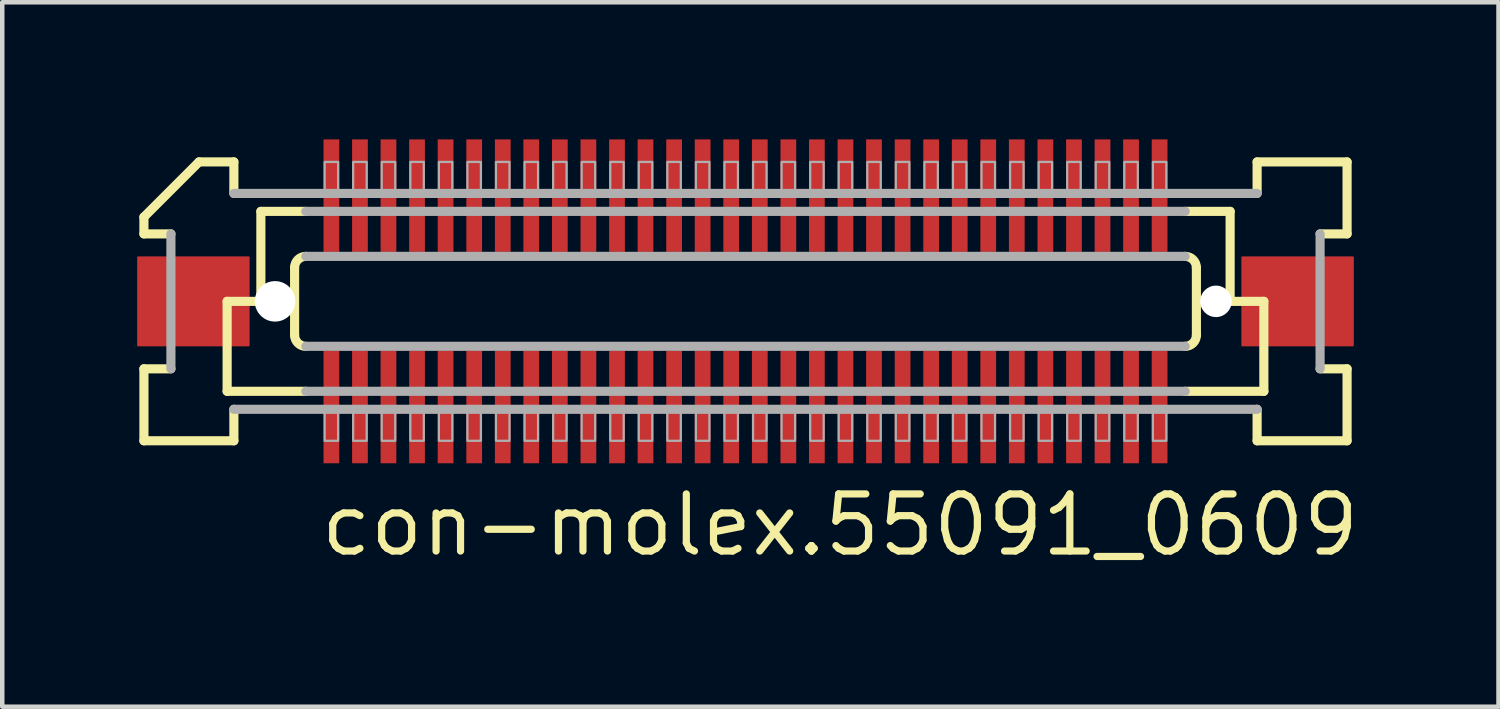
<source format=kicad_pcb>
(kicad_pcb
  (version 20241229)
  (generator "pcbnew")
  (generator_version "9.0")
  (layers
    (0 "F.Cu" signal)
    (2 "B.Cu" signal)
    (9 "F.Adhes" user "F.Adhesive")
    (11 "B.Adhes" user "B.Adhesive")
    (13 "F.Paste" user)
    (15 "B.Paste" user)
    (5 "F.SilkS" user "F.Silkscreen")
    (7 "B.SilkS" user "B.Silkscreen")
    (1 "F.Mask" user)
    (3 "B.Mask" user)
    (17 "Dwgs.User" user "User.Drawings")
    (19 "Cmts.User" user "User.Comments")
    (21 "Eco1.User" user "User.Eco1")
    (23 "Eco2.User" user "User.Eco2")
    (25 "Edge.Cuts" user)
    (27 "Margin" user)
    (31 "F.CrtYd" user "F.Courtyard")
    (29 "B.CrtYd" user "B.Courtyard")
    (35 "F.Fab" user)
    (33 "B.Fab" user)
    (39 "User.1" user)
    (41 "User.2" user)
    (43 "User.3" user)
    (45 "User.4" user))
  (footprint "con-molex.55091_0609"
    (layer "F.Cu")
    (at 13.525 3.65)
    (property "Reference" "con-molex.55091_0609" (at -9.525 5.715 0) (layer "F.SilkS") (effects (font (size 1.27 1.27) (thickness 0.16)) (justify left bottom)))
    (attr smd)
    (fp_rect (start -9.408 -1.075) (end -9.008 -3.625) (stroke (width 0.05) (type default)) (fill yes) (layer "F.Mask"))
    (fp_rect (start -9.408 3.625) (end -9.008 1.075) (stroke (width 0.05) (type default)) (fill yes) (layer "F.Mask"))
    (fp_rect (start -8.773 -1.075) (end -8.373 -3.625) (stroke (width 0.05) (type default)) (fill yes) (layer "F.Mask"))
    (fp_rect (start -8.773 3.625) (end -8.373 1.075) (stroke (width 0.05) (type default)) (fill yes) (layer "F.Mask"))
    (fp_rect (start -8.137 -1.075) (end -7.737 -3.625) (stroke (width 0.05) (type default)) (fill yes) (layer "F.Mask"))
    (fp_rect (start -8.137 3.625) (end -7.737 1.075) (stroke (width 0.05) (type default)) (fill yes) (layer "F.Mask"))
    (fp_rect (start -7.503 -1.075) (end -7.103 -3.625) (stroke (width 0.05) (type default)) (fill yes) (layer "F.Mask"))
    (fp_rect (start -7.503 3.625) (end -7.103 1.075) (stroke (width 0.05) (type default)) (fill yes) (layer "F.Mask"))
    (fp_rect (start -6.867 -1.075) (end -6.468 -3.625) (stroke (width 0.05) (type default)) (fill yes) (layer "F.Mask"))
    (fp_rect (start -6.867 3.625) (end -6.468 1.075) (stroke (width 0.05) (type default)) (fill yes) (layer "F.Mask"))
    (fp_rect (start -6.232 -1.075) (end -5.832 -3.625) (stroke (width 0.05) (type default)) (fill yes) (layer "F.Mask"))
    (fp_rect (start -6.232 3.625) (end -5.832 1.075) (stroke (width 0.05) (type default)) (fill yes) (layer "F.Mask"))
    (fp_rect (start -5.598 -1.075) (end -5.197 -3.625) (stroke (width 0.05) (type default)) (fill yes) (layer "F.Mask"))
    (fp_rect (start -5.598 3.625) (end -5.197 1.075) (stroke (width 0.05) (type default)) (fill yes) (layer "F.Mask"))
    (fp_rect (start -4.963 -1.075) (end -4.562 -3.625) (stroke (width 0.05) (type default)) (fill yes) (layer "F.Mask"))
    (fp_rect (start -4.963 3.625) (end -4.562 1.075) (stroke (width 0.05) (type default)) (fill yes) (layer "F.Mask"))
    (fp_rect (start -4.327 -1.075) (end -3.928 -3.625) (stroke (width 0.05) (type default)) (fill yes) (layer "F.Mask"))
    (fp_rect (start -4.327 3.625) (end -3.928 1.075) (stroke (width 0.05) (type default)) (fill yes) (layer "F.Mask"))
    (fp_rect (start -3.692 -1.075) (end -3.292 -3.625) (stroke (width 0.05) (type default)) (fill yes) (layer "F.Mask"))
    (fp_rect (start -3.692 3.625) (end -3.292 1.075) (stroke (width 0.05) (type default)) (fill yes) (layer "F.Mask"))
    (fp_rect (start -3.058 -1.075) (end -2.658 -3.625) (stroke (width 0.05) (type default)) (fill yes) (layer "F.Mask"))
    (fp_rect (start -3.058 3.625) (end -2.658 1.075) (stroke (width 0.05) (type default)) (fill yes) (layer "F.Mask"))
    (fp_rect (start -2.422 -1.075) (end -2.022 -3.625) (stroke (width 0.05) (type default)) (fill yes) (layer "F.Mask"))
    (fp_rect (start -2.422 3.625) (end -2.022 1.075) (stroke (width 0.05) (type default)) (fill yes) (layer "F.Mask"))
    (fp_rect (start -1.788 -1.075) (end -1.387 -3.625) (stroke (width 0.05) (type default)) (fill yes) (layer "F.Mask"))
    (fp_rect (start -1.788 3.625) (end -1.387 1.075) (stroke (width 0.05) (type default)) (fill yes) (layer "F.Mask"))
    (fp_rect (start -1.153 -1.075) (end -0.752 -3.625) (stroke (width 0.05) (type default)) (fill yes) (layer "F.Mask"))
    (fp_rect (start -1.153 3.625) (end -0.752 1.075) (stroke (width 0.05) (type default)) (fill yes) (layer "F.Mask"))
    (fp_rect (start -0.517 -1.075) (end -0.117 -3.625) (stroke (width 0.05) (type default)) (fill yes) (layer "F.Mask"))
    (fp_rect (start -0.517 3.625) (end -0.117 1.075) (stroke (width 0.05) (type default)) (fill yes) (layer "F.Mask"))
    (fp_rect (start 0.117 -1.075) (end 0.517 -3.625) (stroke (width 0.05) (type default)) (fill yes) (layer "F.Mask"))
    (fp_rect (start 0.117 3.625) (end 0.517 1.075) (stroke (width 0.05) (type default)) (fill yes) (layer "F.Mask"))
    (fp_rect (start 0.752 -1.075) (end 1.153 -3.625) (stroke (width 0.05) (type default)) (fill yes) (layer "F.Mask"))
    (fp_rect (start 0.752 3.625) (end 1.153 1.075) (stroke (width 0.05) (type default)) (fill yes) (layer "F.Mask"))
    (fp_rect (start 1.387 -1.075) (end 1.788 -3.625) (stroke (width 0.05) (type default)) (fill yes) (layer "F.Mask"))
    (fp_rect (start 1.387 3.625) (end 1.788 1.075) (stroke (width 0.05) (type default)) (fill yes) (layer "F.Mask"))
    (fp_rect (start 2.022 -1.075) (end 2.422 -3.625) (stroke (width 0.05) (type default)) (fill yes) (layer "F.Mask"))
    (fp_rect (start 2.022 3.625) (end 2.422 1.075) (stroke (width 0.05) (type default)) (fill yes) (layer "F.Mask"))
    (fp_rect (start 2.658 -1.075) (end 3.058 -3.625) (stroke (width 0.05) (type default)) (fill yes) (layer "F.Mask"))
    (fp_rect (start 2.658 3.625) (end 3.058 1.075) (stroke (width 0.05) (type default)) (fill yes) (layer "F.Mask"))
    (fp_rect (start 3.292 -1.075) (end 3.692 -3.625) (stroke (width 0.05) (type default)) (fill yes) (layer "F.Mask"))
    (fp_rect (start 3.292 3.625) (end 3.692 1.075) (stroke (width 0.05) (type default)) (fill yes) (layer "F.Mask"))
    (fp_rect (start 3.928 -1.075) (end 4.327 -3.625) (stroke (width 0.05) (type default)) (fill yes) (layer "F.Mask"))
    (fp_rect (start 3.928 3.625) (end 4.327 1.075) (stroke (width 0.05) (type default)) (fill yes) (layer "F.Mask"))
    (fp_rect (start 4.562 -1.075) (end 4.963 -3.625) (stroke (width 0.05) (type default)) (fill yes) (layer "F.Mask"))
    (fp_rect (start 4.562 3.625) (end 4.963 1.075) (stroke (width 0.05) (type default)) (fill yes) (layer "F.Mask"))
    (fp_rect (start 5.197 -1.075) (end 5.598 -3.625) (stroke (width 0.05) (type default)) (fill yes) (layer "F.Mask"))
    (fp_rect (start 5.197 3.625) (end 5.598 1.075) (stroke (width 0.05) (type default)) (fill yes) (layer "F.Mask"))
    (fp_rect (start 5.832 -1.075) (end 6.232 -3.625) (stroke (width 0.05) (type default)) (fill yes) (layer "F.Mask"))
    (fp_rect (start 5.832 3.625) (end 6.232 1.075) (stroke (width 0.05) (type default)) (fill yes) (layer "F.Mask"))
    (fp_rect (start 6.468 -1.075) (end 6.867 -3.625) (stroke (width 0.05) (type default)) (fill yes) (layer "F.Mask"))
    (fp_rect (start 6.468 3.625) (end 6.867 1.075) (stroke (width 0.05) (type default)) (fill yes) (layer "F.Mask"))
    (fp_rect (start 7.103 -1.075) (end 7.503 -3.625) (stroke (width 0.05) (type default)) (fill yes) (layer "F.Mask"))
    (fp_rect (start 7.103 3.625) (end 7.503 1.075) (stroke (width 0.05) (type default)) (fill yes) (layer "F.Mask"))
    (fp_rect (start 7.737 -1.075) (end 8.137 -3.625) (stroke (width 0.05) (type default)) (fill yes) (layer "F.Mask"))
    (fp_rect (start 7.737 3.625) (end 8.137 1.075) (stroke (width 0.05) (type default)) (fill yes) (layer "F.Mask"))
    (fp_rect (start 8.373 -1.075) (end 8.773 -3.625) (stroke (width 0.05) (type default)) (fill yes) (layer "F.Mask"))
    (fp_rect (start 8.373 3.625) (end 8.773 1.075) (stroke (width 0.05) (type default)) (fill yes) (layer "F.Mask"))
    (fp_rect (start 9.008 -1.075) (end 9.408 -3.625) (stroke (width 0.05) (type default)) (fill yes) (layer "F.Mask"))
    (fp_rect (start 9.008 3.625) (end 9.408 1.075) (stroke (width 0.05) (type default)) (fill yes) (layer "F.Mask"))
    (fp_line (start -13.375 -1.5) (end -13.375 -1.875) (stroke (width 0.203) (type default)) (layer "F.SilkS"))
    (fp_line (start -13.375 1.5) (end -12.775 1.5) (stroke (width 0.203) (type default)) (layer "F.SilkS"))
    (fp_line (start -13.375 3.1) (end -13.375 1.5) (stroke (width 0.203) (type default)) (layer "F.SilkS"))
    (fp_line (start -12.775 -1.5) (end -13.375 -1.5) (stroke (width 0.203) (type default)) (layer "F.SilkS"))
    (fp_line (start -12.15 -3.1) (end -13.375 -1.875) (stroke (width 0.203) (type default)) (layer "F.SilkS"))
    (fp_line (start -12.15 -3.1) (end -11.375 -3.1) (stroke (width 0.203) (type default)) (layer "F.SilkS"))
    (fp_line (start -11.525 0) (end -11.525 2) (stroke (width 0.203) (type default)) (layer "F.SilkS"))
    (fp_line (start -11.525 2) (end -9.775 2) (stroke (width 0.203) (type default)) (layer "F.SilkS"))
    (fp_line (start -11.375 -3.1) (end -11.375 -2.4) (stroke (width 0.203) (type default)) (layer "F.SilkS"))
    (fp_line (start -11.375 2.4) (end -11.375 3.1) (stroke (width 0.203) (type default)) (layer "F.SilkS"))
    (fp_line (start -11.375 3.1) (end -13.375 3.1) (stroke (width 0.203) (type default)) (layer "F.SilkS"))
    (fp_line (start -10.775 -2) (end -10.775 0) (stroke (width 0.203) (type default)) (layer "F.SilkS"))
    (fp_line (start -10.775 0) (end -11.525 0) (stroke (width 0.203) (type default)) (layer "F.SilkS"))
    (fp_line (start -10.025 0.75) (end -10.025 -0.75) (stroke (width 0.203) (type default)) (layer "F.SilkS"))
    (fp_line (start -9.775 -2) (end -10.775 -2) (stroke (width 0.203) (type default)) (layer "F.SilkS"))
    (fp_line (start 9.775 2) (end 11.525 2) (stroke (width 0.203) (type default)) (layer "F.SilkS"))
    (fp_line (start 10.025 -0.75) (end 10.025 0.75) (stroke (width 0.203) (type default)) (layer "F.SilkS"))
    (fp_line (start 10.775 -2) (end 9.775 -2) (stroke (width 0.203) (type default)) (layer "F.SilkS"))
    (fp_line (start 10.775 -2) (end 10.775 0) (stroke (width 0.203) (type default)) (layer "F.SilkS"))
    (fp_line (start 11.375 -3.1) (end 13.375 -3.1) (stroke (width 0.203) (type default)) (layer "F.SilkS"))
    (fp_line (start 11.375 -2.4) (end 11.375 -3.1) (stroke (width 0.203) (type default)) (layer "F.SilkS"))
    (fp_line (start 11.375 3.1) (end 11.375 2.4) (stroke (width 0.203) (type default)) (layer "F.SilkS"))
    (fp_line (start 11.525 0) (end 10.775 0) (stroke (width 0.203) (type default)) (layer "F.SilkS"))
    (fp_line (start 11.525 0) (end 11.525 2) (stroke (width 0.203) (type default)) (layer "F.SilkS"))
    (fp_line (start 12.775 1.5) (end 13.375 1.5) (stroke (width 0.203) (type default)) (layer "F.SilkS"))
    (fp_line (start 13.375 -3.1) (end 13.375 -1.5) (stroke (width 0.203) (type default)) (layer "F.SilkS"))
    (fp_line (start 13.375 -1.5) (end 12.775 -1.5) (stroke (width 0.203) (type default)) (layer "F.SilkS"))
    (fp_line (start 13.375 1.5) (end 13.375 3.1) (stroke (width 0.203) (type default)) (layer "F.SilkS"))
    (fp_line (start 13.375 3.1) (end 11.375 3.1) (stroke (width 0.203) (type default)) (layer "F.SilkS"))
    (fp_arc (start -10.025 -0.75) (mid -9.951777 -0.926777) (end -9.775 -1) (stroke (width 0.2032) (type default)) (layer "F.SilkS"))
    (fp_arc (start -9.775 1) (mid -9.951777 0.926777) (end -10.025 0.75) (stroke (width 0.2032) (type default)) (layer "F.SilkS"))
    (fp_arc (start 9.775 -1) (mid 9.951777 -0.926777) (end 10.025 -0.75) (stroke (width 0.2032) (type default)) (layer "F.SilkS"))
    (fp_arc (start 10.025 0.75) (mid 9.951777 0.926777) (end 9.775 1) (stroke (width 0.2032) (type default)) (layer "F.SilkS"))
    (fp_line (start -12.775 1.5) (end -12.775 -1.5) (stroke (width 0.203) (type default)) (layer "F.Fab"))
    (fp_line (start -11.375 -2.4) (end 11.375 -2.4) (stroke (width 0.203) (type default)) (layer "F.Fab"))
    (fp_line (start -9.775 -1) (end 9.775 -1) (stroke (width 0.203) (type default)) (layer "F.Fab"))
    (fp_line (start -9.775 2) (end 9.775 2) (stroke (width 0.203) (type default)) (layer "F.Fab"))
    (fp_line (start 9.775 -2) (end -9.775 -2) (stroke (width 0.203) (type default)) (layer "F.Fab"))
    (fp_line (start 9.775 1) (end -9.775 1) (stroke (width 0.203) (type default)) (layer "F.Fab"))
    (fp_line (start 11.375 2.4) (end -11.375 2.4) (stroke (width 0.203) (type default)) (layer "F.Fab"))
    (fp_line (start 12.775 -1.5) (end 12.775 1.5) (stroke (width 0.203) (type default)) (layer "F.Fab"))
    (fp_rect (start -9.357 -2.375) (end -9.057 -3.1) (stroke (width 0.05) (type default)) (fill no) (layer "F.Fab"))
    (fp_rect (start -9.357 3.1) (end -9.057 2.375) (stroke (width 0.05) (type default)) (fill no) (layer "F.Fab"))
    (fp_rect (start -8.723 -2.375) (end -8.422 -3.1) (stroke (width 0.05) (type default)) (fill no) (layer "F.Fab"))
    (fp_rect (start -8.723 3.1) (end -8.422 2.375) (stroke (width 0.05) (type default)) (fill no) (layer "F.Fab"))
    (fp_rect (start -8.088 -2.375) (end -7.787 -3.1) (stroke (width 0.05) (type default)) (fill no) (layer "F.Fab"))
    (fp_rect (start -8.088 3.1) (end -7.787 2.375) (stroke (width 0.05) (type default)) (fill no) (layer "F.Fab"))
    (fp_rect (start -7.452 -2.375) (end -7.152 -3.1) (stroke (width 0.05) (type default)) (fill no) (layer "F.Fab"))
    (fp_rect (start -7.452 3.1) (end -7.152 2.375) (stroke (width 0.05) (type default)) (fill no) (layer "F.Fab"))
    (fp_rect (start -6.817 -2.375) (end -6.518 -3.1) (stroke (width 0.05) (type default)) (fill no) (layer "F.Fab"))
    (fp_rect (start -6.817 3.1) (end -6.518 2.375) (stroke (width 0.05) (type default)) (fill no) (layer "F.Fab"))
    (fp_rect (start -6.183 -2.375) (end -5.883 -3.1) (stroke (width 0.05) (type default)) (fill no) (layer "F.Fab"))
    (fp_rect (start -6.183 3.1) (end -5.883 2.375) (stroke (width 0.05) (type default)) (fill no) (layer "F.Fab"))
    (fp_rect (start -5.548 -2.375) (end -5.247 -3.1) (stroke (width 0.05) (type default)) (fill no) (layer "F.Fab"))
    (fp_rect (start -5.548 3.1) (end -5.247 2.375) (stroke (width 0.05) (type default)) (fill no) (layer "F.Fab"))
    (fp_rect (start -4.912 -2.375) (end -4.612 -3.1) (stroke (width 0.05) (type default)) (fill no) (layer "F.Fab"))
    (fp_rect (start -4.912 3.1) (end -4.612 2.375) (stroke (width 0.05) (type default)) (fill no) (layer "F.Fab"))
    (fp_rect (start -4.277 -2.375) (end -3.978 -3.1) (stroke (width 0.05) (type default)) (fill no) (layer "F.Fab"))
    (fp_rect (start -4.277 3.1) (end -3.978 2.375) (stroke (width 0.05) (type default)) (fill no) (layer "F.Fab"))
    (fp_rect (start -3.643 -2.375) (end -3.342 -3.1) (stroke (width 0.05) (type default)) (fill no) (layer "F.Fab"))
    (fp_rect (start -3.643 3.1) (end -3.342 2.375) (stroke (width 0.05) (type default)) (fill no) (layer "F.Fab"))
    (fp_rect (start -3.007 -2.375) (end -2.708 -3.1) (stroke (width 0.05) (type default)) (fill no) (layer "F.Fab"))
    (fp_rect (start -3.007 3.1) (end -2.708 2.375) (stroke (width 0.05) (type default)) (fill no) (layer "F.Fab"))
    (fp_rect (start -2.373 -2.375) (end -2.072 -3.1) (stroke (width 0.05) (type default)) (fill no) (layer "F.Fab"))
    (fp_rect (start -2.373 3.1) (end -2.072 2.375) (stroke (width 0.05) (type default)) (fill no) (layer "F.Fab"))
    (fp_rect (start -1.738 -2.375) (end -1.438 -3.1) (stroke (width 0.05) (type default)) (fill no) (layer "F.Fab"))
    (fp_rect (start -1.738 3.1) (end -1.438 2.375) (stroke (width 0.05) (type default)) (fill no) (layer "F.Fab"))
    (fp_rect (start -1.103 -2.375) (end -0.802 -3.1) (stroke (width 0.05) (type default)) (fill no) (layer "F.Fab"))
    (fp_rect (start -1.103 3.1) (end -0.802 2.375) (stroke (width 0.05) (type default)) (fill no) (layer "F.Fab"))
    (fp_rect (start -0.468 -2.375) (end -0.168 -3.1) (stroke (width 0.05) (type default)) (fill no) (layer "F.Fab"))
    (fp_rect (start -0.468 3.1) (end -0.168 2.375) (stroke (width 0.05) (type default)) (fill no) (layer "F.Fab"))
    (fp_rect (start 0.168 -2.375) (end 0.468 -3.1) (stroke (width 0.05) (type default)) (fill no) (layer "F.Fab"))
    (fp_rect (start 0.168 3.1) (end 0.468 2.375) (stroke (width 0.05) (type default)) (fill no) (layer "F.Fab"))
    (fp_rect (start 0.802 -2.375) (end 1.103 -3.1) (stroke (width 0.05) (type default)) (fill no) (layer "F.Fab"))
    (fp_rect (start 0.802 3.1) (end 1.103 2.375) (stroke (width 0.05) (type default)) (fill no) (layer "F.Fab"))
    (fp_rect (start 1.438 -2.375) (end 1.738 -3.1) (stroke (width 0.05) (type default)) (fill no) (layer "F.Fab"))
    (fp_rect (start 1.438 3.1) (end 1.738 2.375) (stroke (width 0.05) (type default)) (fill no) (layer "F.Fab"))
    (fp_rect (start 2.072 -2.375) (end 2.373 -3.1) (stroke (width 0.05) (type default)) (fill no) (layer "F.Fab"))
    (fp_rect (start 2.072 3.1) (end 2.373 2.375) (stroke (width 0.05) (type default)) (fill no) (layer "F.Fab"))
    (fp_rect (start 2.708 -2.375) (end 3.007 -3.1) (stroke (width 0.05) (type default)) (fill no) (layer "F.Fab"))
    (fp_rect (start 2.708 3.1) (end 3.007 2.375) (stroke (width 0.05) (type default)) (fill no) (layer "F.Fab"))
    (fp_rect (start 3.342 -2.375) (end 3.643 -3.1) (stroke (width 0.05) (type default)) (fill no) (layer "F.Fab"))
    (fp_rect (start 3.342 3.1) (end 3.643 2.375) (stroke (width 0.05) (type default)) (fill no) (layer "F.Fab"))
    (fp_rect (start 3.978 -2.375) (end 4.277 -3.1) (stroke (width 0.05) (type default)) (fill no) (layer "F.Fab"))
    (fp_rect (start 3.978 3.1) (end 4.277 2.375) (stroke (width 0.05) (type default)) (fill no) (layer "F.Fab"))
    (fp_rect (start 4.612 -2.375) (end 4.912 -3.1) (stroke (width 0.05) (type default)) (fill no) (layer "F.Fab"))
    (fp_rect (start 4.612 3.1) (end 4.912 2.375) (stroke (width 0.05) (type default)) (fill no) (layer "F.Fab"))
    (fp_rect (start 5.247 -2.375) (end 5.548 -3.1) (stroke (width 0.05) (type default)) (fill no) (layer "F.Fab"))
    (fp_rect (start 5.247 3.1) (end 5.548 2.375) (stroke (width 0.05) (type default)) (fill no) (layer "F.Fab"))
    (fp_rect (start 5.883 -2.375) (end 6.183 -3.1) (stroke (width 0.05) (type default)) (fill no) (layer "F.Fab"))
    (fp_rect (start 5.883 3.1) (end 6.183 2.375) (stroke (width 0.05) (type default)) (fill no) (layer "F.Fab"))
    (fp_rect (start 6.518 -2.375) (end 6.817 -3.1) (stroke (width 0.05) (type default)) (fill no) (layer "F.Fab"))
    (fp_rect (start 6.518 3.1) (end 6.817 2.375) (stroke (width 0.05) (type default)) (fill no) (layer "F.Fab"))
    (fp_rect (start 7.152 -2.375) (end 7.452 -3.1) (stroke (width 0.05) (type default)) (fill no) (layer "F.Fab"))
    (fp_rect (start 7.152 3.1) (end 7.452 2.375) (stroke (width 0.05) (type default)) (fill no) (layer "F.Fab"))
    (fp_rect (start 7.787 -2.375) (end 8.088 -3.1) (stroke (width 0.05) (type default)) (fill no) (layer "F.Fab"))
    (fp_rect (start 7.787 3.1) (end 8.088 2.375) (stroke (width 0.05) (type default)) (fill no) (layer "F.Fab"))
    (fp_rect (start 8.422 -2.375) (end 8.723 -3.1) (stroke (width 0.05) (type default)) (fill no) (layer "F.Fab"))
    (fp_rect (start 8.422 3.1) (end 8.723 2.375) (stroke (width 0.05) (type default)) (fill no) (layer "F.Fab"))
    (fp_rect (start 9.057 -2.375) (end 9.357 -3.1) (stroke (width 0.05) (type default)) (fill no) (layer "F.Fab"))
    (fp_rect (start 9.057 3.1) (end 9.357 2.375) (stroke (width 0.05) (type default)) (fill no) (layer "F.Fab"))
    (pad "" np_thru_hole circle (at -10.46 0) (size 0.9 0.9) (drill 0.9) (layers "*.Cu" "*.Mask"))
    (pad "" np_thru_hole circle (at 10.46 0) (size 0.7 0.7) (drill 0.7) (layers "*.Cu" "*.Mask"))
    (pad "1" smd roundrect (at -9.207 -2.35) (size 0.35 2.5) (layers "F.Cu" "F.Mask" "F.Paste") (roundrect_rratio 0.01))
    (pad "2" smd roundrect (at -9.207 2.35 180) (size 0.35 2.5) (layers "F.Cu" "F.Mask" "F.Paste") (roundrect_rratio 0.01))
    (pad "3" smd roundrect (at -8.572 -2.35) (size 0.35 2.5) (layers "F.Cu" "F.Mask" "F.Paste") (roundrect_rratio 0.01))
    (pad "4" smd roundrect (at -8.572 2.35 180) (size 0.35 2.5) (layers "F.Cu" "F.Mask" "F.Paste") (roundrect_rratio 0.01))
    (pad "5" smd roundrect (at -7.938 -2.35) (size 0.35 2.5) (layers "F.Cu" "F.Mask" "F.Paste") (roundrect_rratio 0.01))
    (pad "6" smd roundrect (at -7.938 2.35 180) (size 0.35 2.5) (layers "F.Cu" "F.Mask" "F.Paste") (roundrect_rratio 0.01))
    (pad "7" smd roundrect (at -7.303 -2.35) (size 0.35 2.5) (layers "F.Cu" "F.Mask" "F.Paste") (roundrect_rratio 0.01))
    (pad "8" smd roundrect (at -7.303 2.35 180) (size 0.35 2.5) (layers "F.Cu" "F.Mask" "F.Paste") (roundrect_rratio 0.01))
    (pad "9" smd roundrect (at -6.668 -2.35) (size 0.35 2.5) (layers "F.Cu" "F.Mask" "F.Paste") (roundrect_rratio 0.01))
    (pad "10" smd roundrect (at -6.668 2.35 180) (size 0.35 2.5) (layers "F.Cu" "F.Mask" "F.Paste") (roundrect_rratio 0.01))
    (pad "11" smd roundrect (at -6.032 -2.35) (size 0.35 2.5) (layers "F.Cu" "F.Mask" "F.Paste") (roundrect_rratio 0.01))
    (pad "12" smd roundrect (at -6.032 2.35 180) (size 0.35 2.5) (layers "F.Cu" "F.Mask" "F.Paste") (roundrect_rratio 0.01))
    (pad "13" smd roundrect (at -5.397 -2.35) (size 0.35 2.5) (layers "F.Cu" "F.Mask" "F.Paste") (roundrect_rratio 0.01))
    (pad "14" smd roundrect (at -5.397 2.35 180) (size 0.35 2.5) (layers "F.Cu" "F.Mask" "F.Paste") (roundrect_rratio 0.01))
    (pad "15" smd roundrect (at -4.763 -2.35) (size 0.35 2.5) (layers "F.Cu" "F.Mask" "F.Paste") (roundrect_rratio 0.01))
    (pad "16" smd roundrect (at -4.763 2.35 180) (size 0.35 2.5) (layers "F.Cu" "F.Mask" "F.Paste") (roundrect_rratio 0.01))
    (pad "17" smd roundrect (at -4.128 -2.35) (size 0.35 2.5) (layers "F.Cu" "F.Mask" "F.Paste") (roundrect_rratio 0.01))
    (pad "18" smd roundrect (at -4.128 2.35 180) (size 0.35 2.5) (layers "F.Cu" "F.Mask" "F.Paste") (roundrect_rratio 0.01))
    (pad "19" smd roundrect (at -3.493 -2.35) (size 0.35 2.5) (layers "F.Cu" "F.Mask" "F.Paste") (roundrect_rratio 0.01))
    (pad "20" smd roundrect (at -3.493 2.35 180) (size 0.35 2.5) (layers "F.Cu" "F.Mask" "F.Paste") (roundrect_rratio 0.01))
    (pad "21" smd roundrect (at -2.857 -2.35) (size 0.35 2.5) (layers "F.Cu" "F.Mask" "F.Paste") (roundrect_rratio 0.01))
    (pad "22" smd roundrect (at -2.857 2.35 180) (size 0.35 2.5) (layers "F.Cu" "F.Mask" "F.Paste") (roundrect_rratio 0.01))
    (pad "23" smd roundrect (at -2.223 -2.35) (size 0.35 2.5) (layers "F.Cu" "F.Mask" "F.Paste") (roundrect_rratio 0.01))
    (pad "24" smd roundrect (at -2.223 2.35 180) (size 0.35 2.5) (layers "F.Cu" "F.Mask" "F.Paste") (roundrect_rratio 0.01))
    (pad "25" smd roundrect (at -1.587 -2.35) (size 0.35 2.5) (layers "F.Cu" "F.Mask" "F.Paste") (roundrect_rratio 0.01))
    (pad "26" smd roundrect (at -1.587 2.35 180) (size 0.35 2.5) (layers "F.Cu" "F.Mask" "F.Paste") (roundrect_rratio 0.01))
    (pad "27" smd roundrect (at -0.953 -2.35) (size 0.35 2.5) (layers "F.Cu" "F.Mask" "F.Paste") (roundrect_rratio 0.01))
    (pad "28" smd roundrect (at -0.953 2.35 180) (size 0.35 2.5) (layers "F.Cu" "F.Mask" "F.Paste") (roundrect_rratio 0.01))
    (pad "29" smd roundrect (at -0.318 -2.35) (size 0.35 2.5) (layers "F.Cu" "F.Mask" "F.Paste") (roundrect_rratio 0.01))
    (pad "30" smd roundrect (at -0.318 2.35 180) (size 0.35 2.5) (layers "F.Cu" "F.Mask" "F.Paste") (roundrect_rratio 0.01))
    (pad "31" smd roundrect (at 0.318 -2.35) (size 0.35 2.5) (layers "F.Cu" "F.Mask" "F.Paste") (roundrect_rratio 0.01))
    (pad "32" smd roundrect (at 0.318 2.35 180) (size 0.35 2.5) (layers "F.Cu" "F.Mask" "F.Paste") (roundrect_rratio 0.01))
    (pad "33" smd roundrect (at 0.953 -2.35) (size 0.35 2.5) (layers "F.Cu" "F.Mask" "F.Paste") (roundrect_rratio 0.01))
    (pad "34" smd roundrect (at 0.953 2.35 180) (size 0.35 2.5) (layers "F.Cu" "F.Mask" "F.Paste") (roundrect_rratio 0.01))
    (pad "35" smd roundrect (at 1.587 -2.35) (size 0.35 2.5) (layers "F.Cu" "F.Mask" "F.Paste") (roundrect_rratio 0.01))
    (pad "36" smd roundrect (at 1.587 2.35 180) (size 0.35 2.5) (layers "F.Cu" "F.Mask" "F.Paste") (roundrect_rratio 0.01))
    (pad "37" smd roundrect (at 2.223 -2.35) (size 0.35 2.5) (layers "F.Cu" "F.Mask" "F.Paste") (roundrect_rratio 0.01))
    (pad "38" smd roundrect (at 2.223 2.35 180) (size 0.35 2.5) (layers "F.Cu" "F.Mask" "F.Paste") (roundrect_rratio 0.01))
    (pad "39" smd roundrect (at 2.857 -2.35) (size 0.35 2.5) (layers "F.Cu" "F.Mask" "F.Paste") (roundrect_rratio 0.01))
    (pad "40" smd roundrect (at 2.857 2.35 180) (size 0.35 2.5) (layers "F.Cu" "F.Mask" "F.Paste") (roundrect_rratio 0.01))
    (pad "41" smd roundrect (at 3.493 -2.35) (size 0.35 2.5) (layers "F.Cu" "F.Mask" "F.Paste") (roundrect_rratio 0.01))
    (pad "42" smd roundrect (at 3.493 2.35 180) (size 0.35 2.5) (layers "F.Cu" "F.Mask" "F.Paste") (roundrect_rratio 0.01))
    (pad "43" smd roundrect (at 4.128 -2.35) (size 0.35 2.5) (layers "F.Cu" "F.Mask" "F.Paste") (roundrect_rratio 0.01))
    (pad "44" smd roundrect (at 4.128 2.35 180) (size 0.35 2.5) (layers "F.Cu" "F.Mask" "F.Paste") (roundrect_rratio 0.01))
    (pad "45" smd roundrect (at 4.763 -2.35) (size 0.35 2.5) (layers "F.Cu" "F.Mask" "F.Paste") (roundrect_rratio 0.01))
    (pad "46" smd roundrect (at 4.763 2.35 180) (size 0.35 2.5) (layers "F.Cu" "F.Mask" "F.Paste") (roundrect_rratio 0.01))
    (pad "47" smd roundrect (at 5.397 -2.35) (size 0.35 2.5) (layers "F.Cu" "F.Mask" "F.Paste") (roundrect_rratio 0.01))
    (pad "48" smd roundrect (at 5.397 2.35 180) (size 0.35 2.5) (layers "F.Cu" "F.Mask" "F.Paste") (roundrect_rratio 0.01))
    (pad "49" smd roundrect (at 6.032 -2.35) (size 0.35 2.5) (layers "F.Cu" "F.Mask" "F.Paste") (roundrect_rratio 0.01))
    (pad "50" smd roundrect (at 6.032 2.35 180) (size 0.35 2.5) (layers "F.Cu" "F.Mask" "F.Paste") (roundrect_rratio 0.01))
    (pad "51" smd roundrect (at 6.668 -2.35) (size 0.35 2.5) (layers "F.Cu" "F.Mask" "F.Paste") (roundrect_rratio 0.01))
    (pad "52" smd roundrect (at 6.668 2.35 180) (size 0.35 2.5) (layers "F.Cu" "F.Mask" "F.Paste") (roundrect_rratio 0.01))
    (pad "53" smd roundrect (at 7.303 -2.35) (size 0.35 2.5) (layers "F.Cu" "F.Mask" "F.Paste") (roundrect_rratio 0.01))
    (pad "54" smd roundrect (at 7.303 2.35 180) (size 0.35 2.5) (layers "F.Cu" "F.Mask" "F.Paste") (roundrect_rratio 0.01))
    (pad "55" smd roundrect (at 7.938 -2.35) (size 0.35 2.5) (layers "F.Cu" "F.Mask" "F.Paste") (roundrect_rratio 0.01))
    (pad "56" smd roundrect (at 7.938 2.35 180) (size 0.35 2.5) (layers "F.Cu" "F.Mask" "F.Paste") (roundrect_rratio 0.01))
    (pad "57" smd roundrect (at 8.572 -2.35) (size 0.35 2.5) (layers "F.Cu" "F.Mask" "F.Paste") (roundrect_rratio 0.01))
    (pad "58" smd roundrect (at 8.572 2.35 180) (size 0.35 2.5) (layers "F.Cu" "F.Mask" "F.Paste") (roundrect_rratio 0.01))
    (pad "59" smd roundrect (at 9.207 -2.35) (size 0.35 2.5) (layers "F.Cu" "F.Mask" "F.Paste") (roundrect_rratio 0.01))
    (pad "60" smd roundrect (at 9.207 2.35 180) (size 0.35 2.5) (layers "F.Cu" "F.Mask" "F.Paste") (roundrect_rratio 0.01))
    (pad "M1" smd roundrect (at -12.275 0) (size 2.5 2) (layers "F.Cu" "F.Mask" "F.Paste") (roundrect_rratio 0.01))
    (pad "M2" smd roundrect (at 12.275 0 180) (size 2.5 2) (layers "F.Cu" "F.Mask" "F.Paste") (roundrect_rratio 0.01)))
  (gr_rect
    (start -3 -3)
    (end 30.267 12.662)
    (stroke (width 0.1) (type default))
    (fill no)
    (layer "Edge.Cuts")))
</source>
